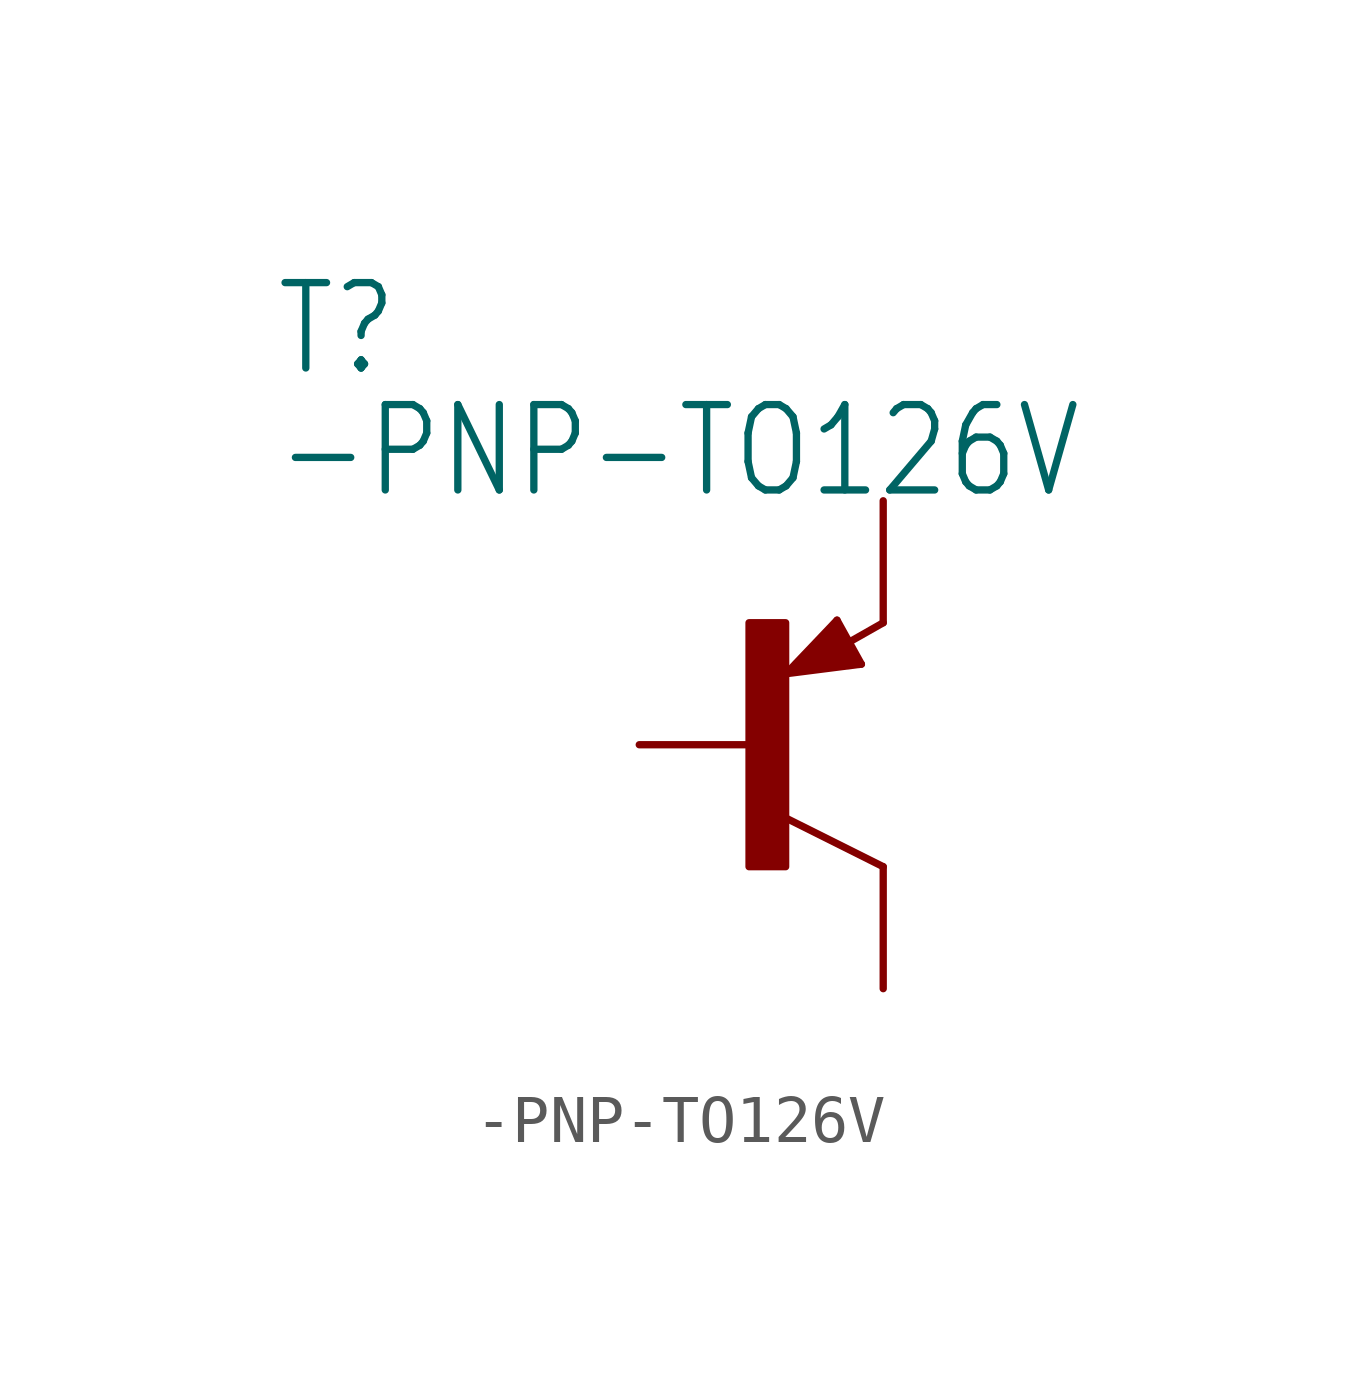
<source format=kicad_sym>
(kicad_symbol_lib
  (version 20211014)
  (generator kicad_symbol_editor)
  (symbol "-PNP-TO126V"
    (property "Reference" "T"
      (at -10.16 7.62 0)
      (effects (font (size 1.778 1.511)) (justify left bottom)))
    (property "Value" "-PNP-TO126V"
      (at -10.16 5.08 0)
      (effects (font (size 1.778 1.511)) (justify left bottom)))
    (property "ki_locked" ""
      (at 0 0 0)
      (effects (font (size 1.27 1.27))))
    (symbol "-PNP-TO126V_1_0"
      (rectangle (start -0.254 -2.54) (end 0.508 2.54) (stroke (width 0) (type default) (color 0 0 0 0)) (fill (type outline)))
      (polyline (pts (xy 0.516 1.478) (xy 2.086 1.678)) (stroke (width 0.152) (type default) (color 0 0 0 0)) (fill (type none)))
      (polyline (pts (xy 0.762 1.651) (xy 1.778 1.778)) (stroke (width 0.254) (type default) (color 0 0 0 0)) (fill (type none)))
      (polyline (pts (xy 1.143 1.905) (xy 1.524 1.905)) (stroke (width 0.254) (type default) (color 0 0 0 0)) (fill (type none)))
      (polyline (pts (xy 1.524 2.159) (xy 1.143 1.905)) (stroke (width 0.254) (type default) (color 0 0 0 0)) (fill (type none)))
      (polyline (pts (xy 1.524 2.413) (xy 0.762 1.651)) (stroke (width 0.254) (type default) (color 0 0 0 0)) (fill (type none)))
      (polyline (pts (xy 1.578 2.594) (xy 0.516 1.478)) (stroke (width 0.152) (type default) (color 0 0 0 0)) (fill (type none)))
      (polyline (pts (xy 1.778 1.778) (xy 1.524 2.159)) (stroke (width 0.254) (type default) (color 0 0 0 0)) (fill (type none)))
      (polyline (pts (xy 1.905 1.778) (xy 1.524 2.413)) (stroke (width 0.254) (type default) (color 0 0 0 0)) (fill (type none)))
      (polyline (pts (xy 2.086 1.678) (xy 1.578 2.594)) (stroke (width 0.152) (type default) (color 0 0 0 0)) (fill (type none)))
      (polyline (pts (xy 2.54 -2.54) (xy 0.508 -1.524)) (stroke (width 0.152) (type default) (color 0 0 0 0)) (fill (type none)))
      (polyline (pts (xy 2.54 2.54) (xy 1.808 2.124)) (stroke (width 0.152) (type default) (color 0 0 0 0)) (fill (type none)))
      (pin passive line (at 2.54 5.08 270) (length 2.54) (name "E" (effects (font (size 0 0)))) (number "1" (effects (font (size 0 0)))))
      (pin passive line (at 2.54 -5.08 90) (length 2.54) (name "C" (effects (font (size 0 0)))) (number "2" (effects (font (size 0 0)))))
      (pin passive line (at -2.54 0 0) (length 2.54) (name "B" (effects (font (size 0 0)))) (number "3" (effects (font (size 0 0))))))))
</source>
